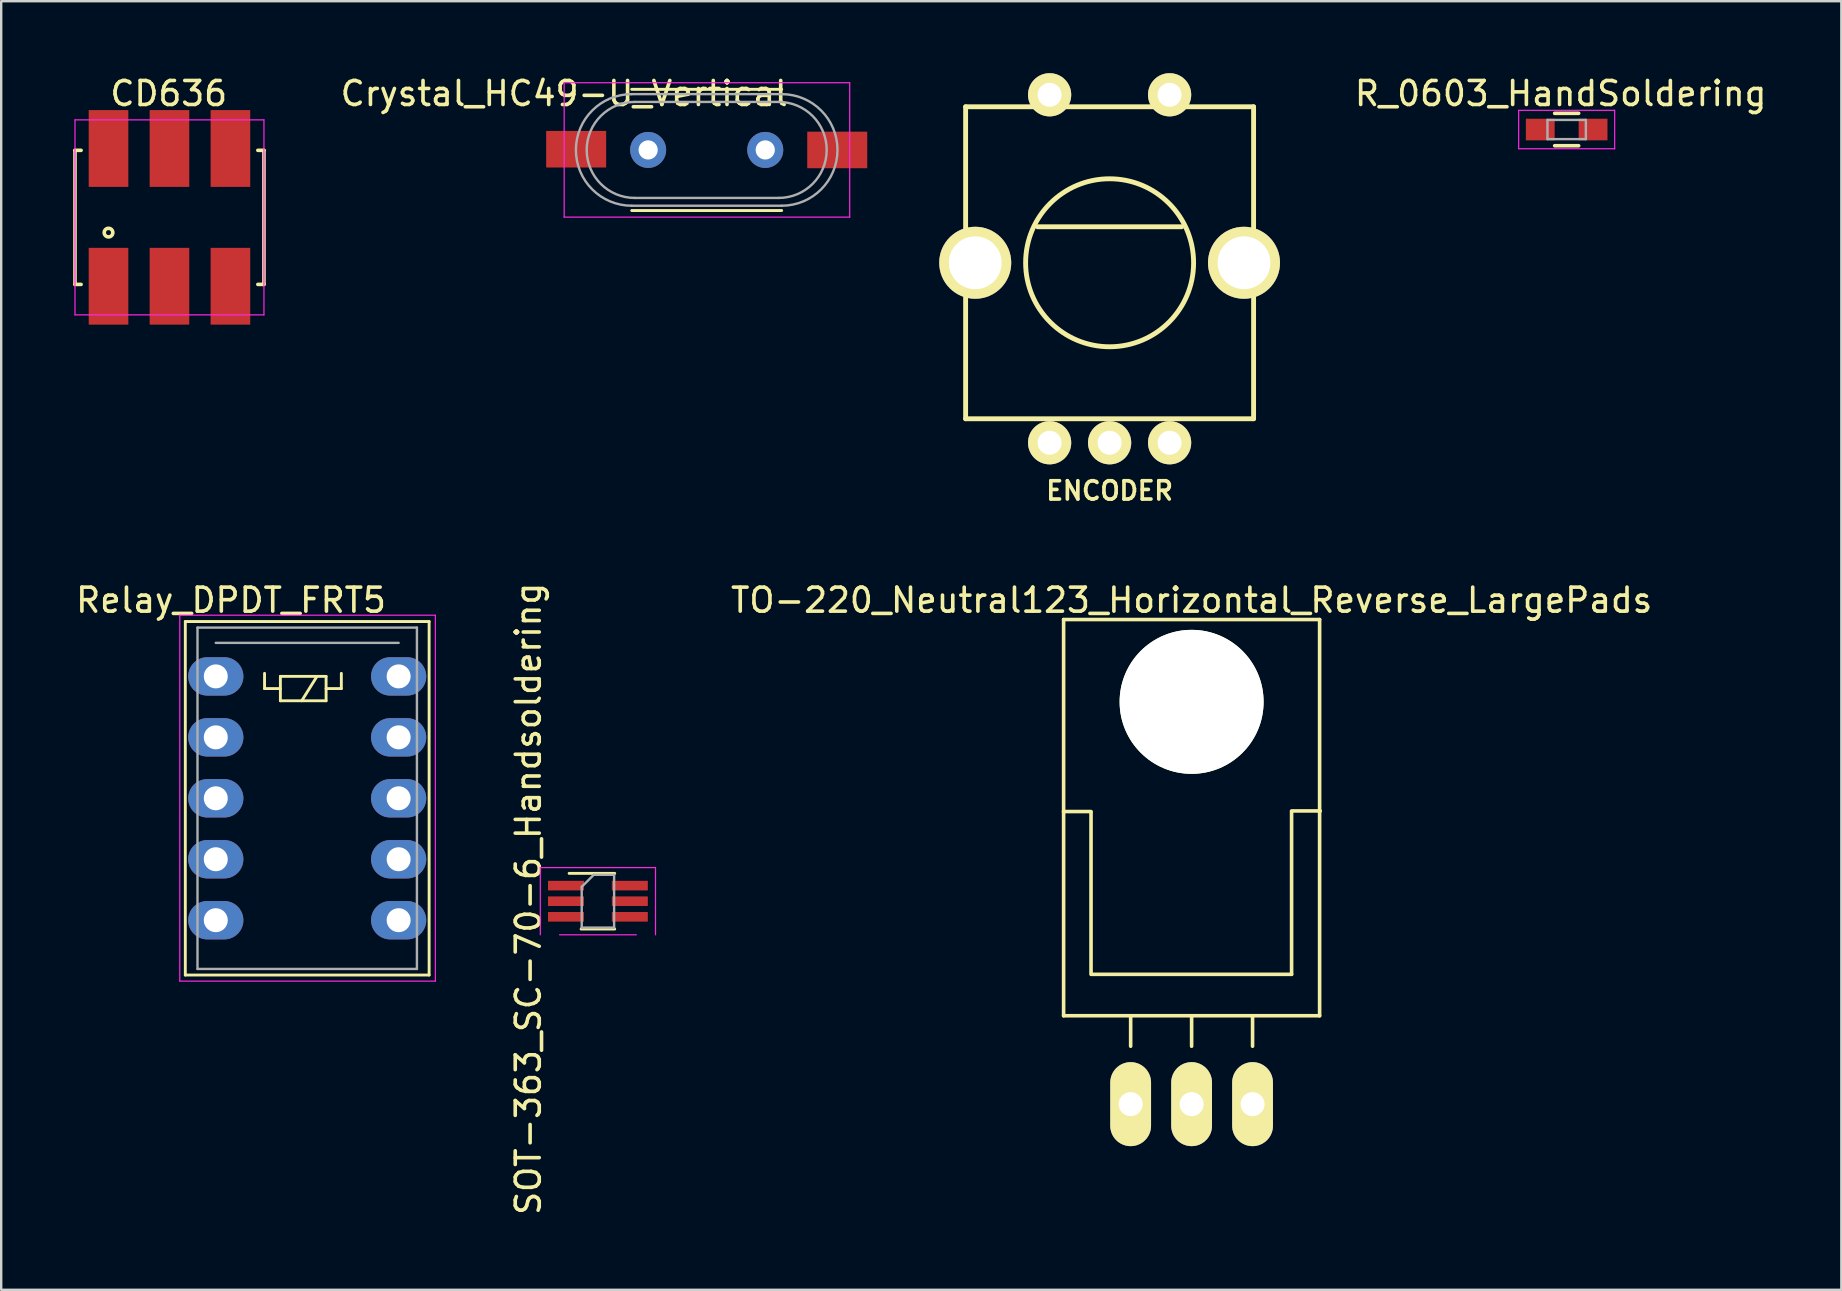
<source format=kicad_pcb>
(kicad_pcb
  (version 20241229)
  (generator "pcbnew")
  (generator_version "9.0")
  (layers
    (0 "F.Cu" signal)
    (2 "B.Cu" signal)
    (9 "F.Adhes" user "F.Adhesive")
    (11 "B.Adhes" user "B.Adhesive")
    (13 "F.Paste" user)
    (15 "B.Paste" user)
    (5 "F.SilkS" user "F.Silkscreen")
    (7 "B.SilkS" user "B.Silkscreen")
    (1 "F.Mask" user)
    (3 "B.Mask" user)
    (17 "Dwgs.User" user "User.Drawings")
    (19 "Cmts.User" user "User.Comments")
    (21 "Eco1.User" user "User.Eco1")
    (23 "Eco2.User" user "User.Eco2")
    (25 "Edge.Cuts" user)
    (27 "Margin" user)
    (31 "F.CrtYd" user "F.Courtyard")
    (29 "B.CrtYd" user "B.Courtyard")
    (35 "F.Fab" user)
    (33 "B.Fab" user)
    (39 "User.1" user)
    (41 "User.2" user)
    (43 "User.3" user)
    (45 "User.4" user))
  (footprint "CD636"
    (layer "F.Cu")
    (at 4.012 6.008)
    (property "Reference" "CD636" (at -0.03 -5.16 0) (layer "F.SilkS") (effects (font (size 1 1) (thickness 0.15))))
    (attr through_hole)
    (fp_line (start -3.937 -2.794) (end -3.683 -2.794) (stroke (width 0.15) (type solid)) (layer "F.SilkS"))
    (fp_line (start -3.937 2.794) (end -3.937 -2.794) (stroke (width 0.15) (type solid)) (layer "F.SilkS"))
    (fp_line (start -3.937 2.794) (end -3.683 2.794) (stroke (width 0.15) (type solid)) (layer "F.SilkS"))
    (fp_line (start 3.937 -2.794) (end 3.683 -2.794) (stroke (width 0.15) (type solid)) (layer "F.SilkS"))
    (fp_line (start 3.937 2.794) (end 3.683 2.794) (stroke (width 0.15) (type solid)) (layer "F.SilkS"))
    (fp_line (start 3.937 2.794) (end 3.937 -2.794) (stroke (width 0.15) (type solid)) (layer "F.SilkS"))
    (fp_circle (center -2.54 0.635) (end -2.413 0.762) (stroke (width 0.15) (type solid)) (fill no) (layer "F.SilkS"))
    (fp_line (start -3.937 -4.064) (end -3.937 4.064) (stroke (width 0.05) (type solid)) (layer "F.CrtYd"))
    (fp_line (start -3.937 4.064) (end 3.937 4.064) (stroke (width 0.05) (type solid)) (layer "F.CrtYd"))
    (fp_line (start 3.937 -4.064) (end -3.937 -4.064) (stroke (width 0.05) (type solid)) (layer "F.CrtYd"))
    (fp_line (start 3.937 4.064) (end 3.937 -4.064) (stroke (width 0.05) (type solid)) (layer "F.CrtYd"))
    (pad "1" smd rect (at -2.54 2.87) (size 1.651 3.2) (layers "F.Cu" "F.Mask" "F.Paste"))
    (pad "2" smd rect (at 0 2.87) (size 1.651 3.2) (layers "F.Cu" "F.Mask" "F.Paste"))
    (pad "3" smd rect (at 2.54 2.87) (size 1.651 3.2) (layers "F.Cu" "F.Mask" "F.Paste"))
    (pad "4" smd rect (at 2.54 -2.87) (size 1.651 3.2) (layers "F.Cu" "F.Mask" "F.Paste"))
    (pad "5" smd rect (at 0 -2.87) (size 1.651 3.2) (layers "F.Cu" "F.Mask" "F.Paste"))
    (pad "6" smd rect (at -2.54 -2.87) (size 1.651 3.2) (layers "F.Cu" "F.Mask" "F.Paste")))
  (footprint "R_0603_HandSoldering"
    (layer "F.Cu")
    (at 62.235 2.348)
    (property "Reference" "R_0603_HandSoldering" (at -0.25 -1.5 0) (layer "F.SilkS") (effects (font (size 1 1) (thickness 0.15))))
    (attr smd)
    (fp_line (start -0.5 -0.675) (end 0.5 -0.675) (stroke (width 0.15) (type solid)) (layer "F.SilkS"))
    (fp_line (start 0.5 0.675) (end -0.5 0.675) (stroke (width 0.15) (type solid)) (layer "F.SilkS"))
    (fp_line (start -2 -0.8) (end -2 0.8) (stroke (width 0.05) (type solid)) (layer "F.CrtYd"))
    (fp_line (start -2 -0.8) (end 2 -0.8) (stroke (width 0.05) (type solid)) (layer "F.CrtYd"))
    (fp_line (start -2 0.8) (end 2 0.8) (stroke (width 0.05) (type solid)) (layer "F.CrtYd"))
    (fp_line (start 2 -0.8) (end 2 0.8) (stroke (width 0.05) (type solid)) (layer "F.CrtYd"))
    (fp_line (start -0.8 -0.4) (end 0.8 -0.4) (stroke (width 0.1) (type solid)) (layer "F.Fab"))
    (fp_line (start -0.8 0.4) (end -0.8 -0.4) (stroke (width 0.1) (type solid)) (layer "F.Fab"))
    (fp_line (start 0.8 -0.4) (end 0.8 0.4) (stroke (width 0.1) (type solid)) (layer "F.Fab"))
    (fp_line (start 0.8 0.4) (end -0.8 0.4) (stroke (width 0.1) (type solid)) (layer "F.Fab"))
    (pad "1" smd rect (at -1.1 0) (size 1.2 0.9) (layers "F.Cu" "F.Mask" "F.Paste"))
    (pad "2" smd rect (at 1.1 0) (size 1.2 0.9) (layers "F.Cu" "F.Mask" "F.Paste")))
  (footprint "Crystal_HC49-U_Vertical"
    (layer "F.Cu")
    (at 23.959 3.198)
    (property "Reference" "Crystal_HC49-U_Vertical" (at -3.5 -2.35 0) (layer "F.SilkS") (effects (font (size 1 1) (thickness 0.15))))
    (attr through_hole)
    (fp_line (start -0.685 -2.525) (end 5.565 -2.525) (stroke (width 0.12) (type solid)) (layer "F.SilkS"))
    (fp_line (start -0.685 2.525) (end 5.565 2.525) (stroke (width 0.12) (type solid)) (layer "F.SilkS"))
    (fp_line (start -3.5 -2.8) (end -3.5 2.8) (stroke (width 0.05) (type solid)) (layer "F.CrtYd"))
    (fp_line (start -3.5 2.8) (end 8.4 2.8) (stroke (width 0.05) (type solid)) (layer "F.CrtYd"))
    (fp_line (start 8.4 -2.8) (end -3.5 -2.8) (stroke (width 0.05) (type solid)) (layer "F.CrtYd"))
    (fp_line (start 8.4 2.8) (end 8.4 -2.8) (stroke (width 0.05) (type solid)) (layer "F.CrtYd"))
    (fp_line (start -0.685 -2.325) (end 5.565 -2.325) (stroke (width 0.1) (type solid)) (layer "F.Fab"))
    (fp_line (start -0.685 2.325) (end 5.565 2.325) (stroke (width 0.1) (type solid)) (layer "F.Fab"))
    (fp_line (start -0.56 -2) (end 5.44 -2) (stroke (width 0.1) (type solid)) (layer "F.Fab"))
    (fp_line (start -0.56 2) (end 5.44 2) (stroke (width 0.1) (type solid)) (layer "F.Fab"))
    (fp_arc (start -0.685 2.325) (mid -3.01 0) (end -0.685 -2.325) (stroke (width 0.1) (type solid)) (layer "F.Fab"))
    (fp_arc (start -0.56 2) (mid -2.56 0) (end -0.56 -2) (stroke (width 0.1) (type solid)) (layer "F.Fab"))
    (fp_arc (start 5.44 -2) (mid 7.44 0) (end 5.44 2) (stroke (width 0.1) (type solid)) (layer "F.Fab"))
    (fp_arc (start 5.565 -2.325) (mid 7.89 0) (end 5.565 2.325) (stroke (width 0.1) (type solid)) (layer "F.Fab"))
    (pad "1" thru_hole circle (at 0 0) (size 1.5 1.5) (drill 0.8) (layers "*.Cu" "*.Mask"))
    (pad "2" thru_hole circle (at 4.88 0) (size 1.5 1.5) (drill 0.8) (layers "*.Cu" "*.Mask"))
    (pad "3" smd rect (at 7.88 0) (size 2.5 1.524) (layers "F.Cu" "F.Mask" "F.Paste"))
    (pad "4" smd rect (at -3 -0.03) (size 2.5 1.524) (layers "F.Cu" "F.Mask" "F.Paste")))
  (footprint "SOT-363_SC-70-6_Handsoldering"
    (layer "F.Cu")
    (at 21.866 34.505)
    (property "Reference" "SOT-363_SC-70-6_Handsoldering" (at -2.9 -0.1 90) (layer "F.SilkS") (effects (font (size 1 1) (thickness 0.15))))
    (attr smd)
    (fp_line (start -0.7 1.16) (end 0.7 1.16) (stroke (width 0.12) (type solid)) (layer "F.SilkS"))
    (fp_line (start 0.7 -1.16) (end -1.2 -1.16) (stroke (width 0.12) (type solid)) (layer "F.SilkS"))
    (fp_line (start -2.4 -1.4) (end -2.4 1.4) (stroke (width 0.05) (type solid)) (layer "F.CrtYd"))
    (fp_line (start -2.4 -1.4) (end 2.4 -1.4) (stroke (width 0.05) (type solid)) (layer "F.CrtYd"))
    (fp_line (start -1.6 1.4) (end 1.6 1.4) (stroke (width 0.05) (type solid)) (layer "F.CrtYd"))
    (fp_line (start 2.4 1.4) (end 2.4 -1.4) (stroke (width 0.05) (type solid)) (layer "F.CrtYd"))
    (fp_line (start -0.675 -0.6) (end -0.675 1.1) (stroke (width 0.1) (type solid)) (layer "F.Fab"))
    (fp_line (start -0.175 -1.1) (end -0.675 -0.6) (stroke (width 0.1) (type solid)) (layer "F.Fab"))
    (fp_line (start 0.675 -1.1) (end -0.175 -1.1) (stroke (width 0.1) (type solid)) (layer "F.Fab"))
    (fp_line (start 0.675 -1.1) (end 0.675 1.1) (stroke (width 0.1) (type solid)) (layer "F.Fab"))
    (fp_line (start 0.675 1.1) (end -0.675 1.1) (stroke (width 0.1) (type solid)) (layer "F.Fab"))
    (pad "1" smd rect (at -1.33 -0.65) (size 1.5 0.4) (layers "F.Cu" "F.Mask" "F.Paste"))
    (pad "2" smd rect (at -1.33 0) (size 1.5 0.4) (layers "F.Cu" "F.Mask" "F.Paste"))
    (pad "3" smd rect (at -1.33 0.65) (size 1.5 0.4) (layers "F.Cu" "F.Mask" "F.Paste"))
    (pad "4" smd rect (at 1.33 0.65) (size 1.5 0.4) (layers "F.Cu" "F.Mask" "F.Paste"))
    (pad "5" smd rect (at 1.33 0) (size 1.5 0.4) (layers "F.Cu" "F.Mask" "F.Paste"))
    (pad "6" smd rect (at 1.33 -0.65) (size 1.5 0.4) (layers "F.Cu" "F.Mask" "F.Paste")))
  (footprint "TO-220_Neutral123_Horizontal_Reverse_LargePads"
    (layer "F.Cu")
    (at 46.606 42.961)
    (property "Reference" "TO-220_Neutral123_Horizontal_Reverse_LargePads" (at 0 -21 0) (layer "F.SilkS") (effects (font (size 1 1) (thickness 0.15))))
    (attr through_hole)
    (fp_line (start -5.334 -20.193) (end -5.334 -12.192) (stroke (width 0.15) (type solid)) (layer "F.SilkS"))
    (fp_line (start -5.334 -12.192) (end -5.334 -3.683) (stroke (width 0.15) (type solid)) (layer "F.SilkS"))
    (fp_line (start -4.191 -12.192) (end -5.334 -12.192) (stroke (width 0.15) (type solid)) (layer "F.SilkS"))
    (fp_line (start -4.191 -5.41) (end -4.191 -12.167) (stroke (width 0.15) (type solid)) (layer "F.SilkS"))
    (fp_line (start -2.54 -3.683) (end -2.54 -2.413) (stroke (width 0.15) (type solid)) (layer "F.SilkS"))
    (fp_line (start 0 -3.683) (end -5.334 -3.683) (stroke (width 0.15) (type solid)) (layer "F.SilkS"))
    (fp_line (start 0 -3.683) (end 0 -2.413) (stroke (width 0.15) (type solid)) (layer "F.SilkS"))
    (fp_line (start 0 -3.683) (end 5.334 -3.683) (stroke (width 0.15) (type solid)) (layer "F.SilkS"))
    (fp_line (start 2.54 -3.683) (end 2.54 -2.413) (stroke (width 0.15) (type solid)) (layer "F.SilkS"))
    (fp_line (start 4.166 -12.217) (end 5.359 -12.217) (stroke (width 0.15) (type solid)) (layer "F.SilkS"))
    (fp_line (start 4.166 -12.192) (end 4.166 -5.41) (stroke (width 0.15) (type solid)) (layer "F.SilkS"))
    (fp_line (start 4.166 -5.41) (end -4.166 -5.41) (stroke (width 0.15) (type solid)) (layer "F.SilkS"))
    (fp_line (start 5.334 -20.193) (end -5.334 -20.193) (stroke (width 0.15) (type solid)) (layer "F.SilkS"))
    (fp_line (start 5.334 -12.192) (end 5.334 -20.193) (stroke (width 0.15) (type solid)) (layer "F.SilkS"))
    (fp_line (start 5.334 -3.683) (end 5.334 -12.192) (stroke (width 0.15) (type solid)) (layer "F.SilkS"))
    (fp_circle (center 0 -16.764) (end 1.778 -14.986) (stroke (width 0.15) (type solid)) (fill no) (layer "F.SilkS"))
    (pad "" np_thru_hole circle (at 0 -16.764 90) (size 6 6) (drill 6) (layers "*.Cu" "*.Mask" "F.SilkS"))
    (pad "1" thru_hole oval (at 2.54 0 90) (size 3.5 1.699) (drill 1.001) (layers "*.Cu" "*.Mask" "F.SilkS"))
    (pad "2" thru_hole oval (at 0 0 90) (size 3.5 1.699) (drill 1.001) (layers "*.Cu" "*.Mask" "F.SilkS"))
    (pad "3" thru_hole oval (at -2.54 0 90) (size 3.5 1.699) (drill 1.001) (layers "*.Cu" "*.Mask" "F.SilkS")))
  (footprint "Relay_DPDT_FRT5"
    (layer "F.Cu")
    (at 5.942 25.136)
    (property "Reference" "Relay_DPDT_FRT5" (at 0.635 -3.175 0) (layer "F.SilkS") (effects (font (size 1 1) (thickness 0.15))))
    (attr through_hole)
    (fp_line (start -1.27 -2.286) (end 8.89 -2.286) (stroke (width 0.12) (type solid)) (layer "F.SilkS"))
    (fp_line (start -1.27 12.446) (end -1.27 -2.286) (stroke (width 0.12) (type solid)) (layer "F.SilkS"))
    (fp_line (start 2.032 -0.127) (end 2.032 0.508) (stroke (width 0.12) (type solid)) (layer "F.SilkS"))
    (fp_line (start 2.032 0.508) (end 2.692 0.508) (stroke (width 0.12) (type solid)) (layer "F.SilkS"))
    (fp_line (start 2.692 0) (end 2.692 1.016) (stroke (width 0.12) (type solid)) (layer "F.SilkS"))
    (fp_line (start 2.692 1.016) (end 4.597 1.016) (stroke (width 0.12) (type solid)) (layer "F.SilkS"))
    (fp_line (start 4.216 0) (end 3.581 1.016) (stroke (width 0.12) (type solid)) (layer "F.SilkS"))
    (fp_line (start 4.597 0) (end 2.692 0) (stroke (width 0.12) (type solid)) (layer "F.SilkS"))
    (fp_line (start 4.597 0) (end 4.597 1.016) (stroke (width 0.12) (type solid)) (layer "F.SilkS"))
    (fp_line (start 5.232 -0.127) (end 5.232 0.508) (stroke (width 0.12) (type solid)) (layer "F.SilkS"))
    (fp_line (start 5.232 0.508) (end 4.597 0.508) (stroke (width 0.12) (type solid)) (layer "F.SilkS"))
    (fp_line (start 8.89 -2.286) (end 8.89 12.446) (stroke (width 0.12) (type solid)) (layer "F.SilkS"))
    (fp_line (start 8.89 12.446) (end -1.27 12.446) (stroke (width 0.12) (type solid)) (layer "F.SilkS"))
    (fp_line (start -1.5 -2.55) (end 9.15 -2.55) (stroke (width 0.05) (type solid)) (layer "F.CrtYd"))
    (fp_line (start -1.5 12.7) (end -1.5 -2.55) (stroke (width 0.05) (type solid)) (layer "F.CrtYd"))
    (fp_line (start 9.15 -2.55) (end 9.15 12.7) (stroke (width 0.05) (type solid)) (layer "F.CrtYd"))
    (fp_line (start 9.15 12.7) (end -1.5 12.7) (stroke (width 0.05) (type solid)) (layer "F.CrtYd"))
    (fp_line (start -0.762 -2.032) (end 8.382 -2.032) (stroke (width 0.1) (type solid)) (layer "F.Fab"))
    (fp_line (start -0.762 12.192) (end -0.762 -2.032) (stroke (width 0.1) (type solid)) (layer "F.Fab"))
    (fp_line (start 0 -1.397) (end 7.62 -1.397) (stroke (width 0.1) (type solid)) (layer "F.Fab"))
    (fp_line (start 8.382 -2.032) (end 8.382 12.192) (stroke (width 0.1) (type solid)) (layer "F.Fab"))
    (fp_line (start 8.382 12.192) (end -0.762 12.192) (stroke (width 0.1) (type solid)) (layer "F.Fab"))
    (pad "1" thru_hole oval (at 0 0) (size 2.3 1.6) (drill 1) (layers "*.Cu" "*.Mask"))
    (pad "2" thru_hole oval (at 0 2.54) (size 2.3 1.6) (drill 1) (layers "*.Cu" "*.Mask"))
    (pad "3" thru_hole oval (at 0 5.08) (size 2.3 1.6) (drill 1) (layers "*.Cu" "*.Mask"))
    (pad "4" thru_hole oval (at 0 7.62) (size 2.3 1.6) (drill 1) (layers "*.Cu" "*.Mask"))
    (pad "5" thru_hole oval (at 0 10.16) (size 2.3 1.6) (drill 1) (layers "*.Cu" "*.Mask"))
    (pad "6" thru_hole oval (at 7.62 10.16) (size 2.3 1.6) (drill 1) (layers "*.Cu" "*.Mask"))
    (pad "7" thru_hole oval (at 7.62 7.62) (size 2.3 1.6) (drill 1) (layers "*.Cu" "*.Mask"))
    (pad "8" thru_hole oval (at 7.62 5.08) (size 2.3 1.6) (drill 1) (layers "*.Cu" "*.Mask"))
    (pad "9" thru_hole oval (at 7.62 2.54) (size 2.3 1.6) (drill 1) (layers "*.Cu" "*.Mask"))
    (pad "10" thru_hole oval (at 7.62 0) (size 2.3 1.6) (drill 1) (layers "*.Cu" "*.Mask")))
  (footprint "ENCODER"
    (layer "F.Cu")
    (at 43.189 7.9)
    (property "Reference" "ENCODER" (at 0 9.5 0) (layer "F.SilkS") (effects (font (size 0.762 0.762) (thickness 0.152))))
    (attr through_hole)
    (fp_line (start -6 -6.5) (end 6 -6.5) (stroke (width 0.203) (type solid)) (layer "F.SilkS"))
    (fp_line (start -6 6.5) (end -6 -6.5) (stroke (width 0.203) (type solid)) (layer "F.SilkS"))
    (fp_line (start 3 -1.5) (end -3 -1.5) (stroke (width 0.203) (type solid)) (layer "F.SilkS"))
    (fp_line (start 6 -6.5) (end 6 6.5) (stroke (width 0.203) (type solid)) (layer "F.SilkS"))
    (fp_line (start 6 6.5) (end -6 6.5) (stroke (width 0.203) (type solid)) (layer "F.SilkS"))
    (fp_circle (center 0 0) (end 3.5 0) (stroke (width 0.203) (type solid)) (fill no) (layer "F.SilkS"))
    (pad "" thru_hole circle (at -5.6 0) (size 3 3) (drill 2.2) (layers "*.Cu" "*.Mask" "F.SilkS"))
    (pad "" thru_hole circle (at 5.6 0) (size 3 3) (drill 2.2) (layers "*.Cu" "*.Mask" "F.SilkS"))
    (pad "1" thru_hole circle (at -2.5 -7) (size 1.8 1.8) (drill 1) (layers "*.Cu" "*.Mask" "F.SilkS"))
    (pad "2" thru_hole circle (at -2.5 7.5) (size 1.8 1.8) (drill 1) (layers "*.Cu" "*.Mask" "F.SilkS"))
    (pad "3" thru_hole circle (at 0 7.5) (size 1.8 1.8) (drill 1) (layers "*.Cu" "*.Mask" "F.SilkS"))
    (pad "4" thru_hole circle (at 2.5 7.5) (size 1.8 1.8) (drill 1) (layers "*.Cu" "*.Mask" "F.SilkS"))
    (pad "5" thru_hole circle (at 2.5 -7) (size 1.8 1.8) (drill 1) (layers "*.Cu" "*.Mask" "F.SilkS")))
  (gr_rect
    (start -3 -3)
    (end 73.681 50.697)
    (stroke (width 0.1) (type default))
    (fill no)
    (layer "Edge.Cuts")))
</source>
